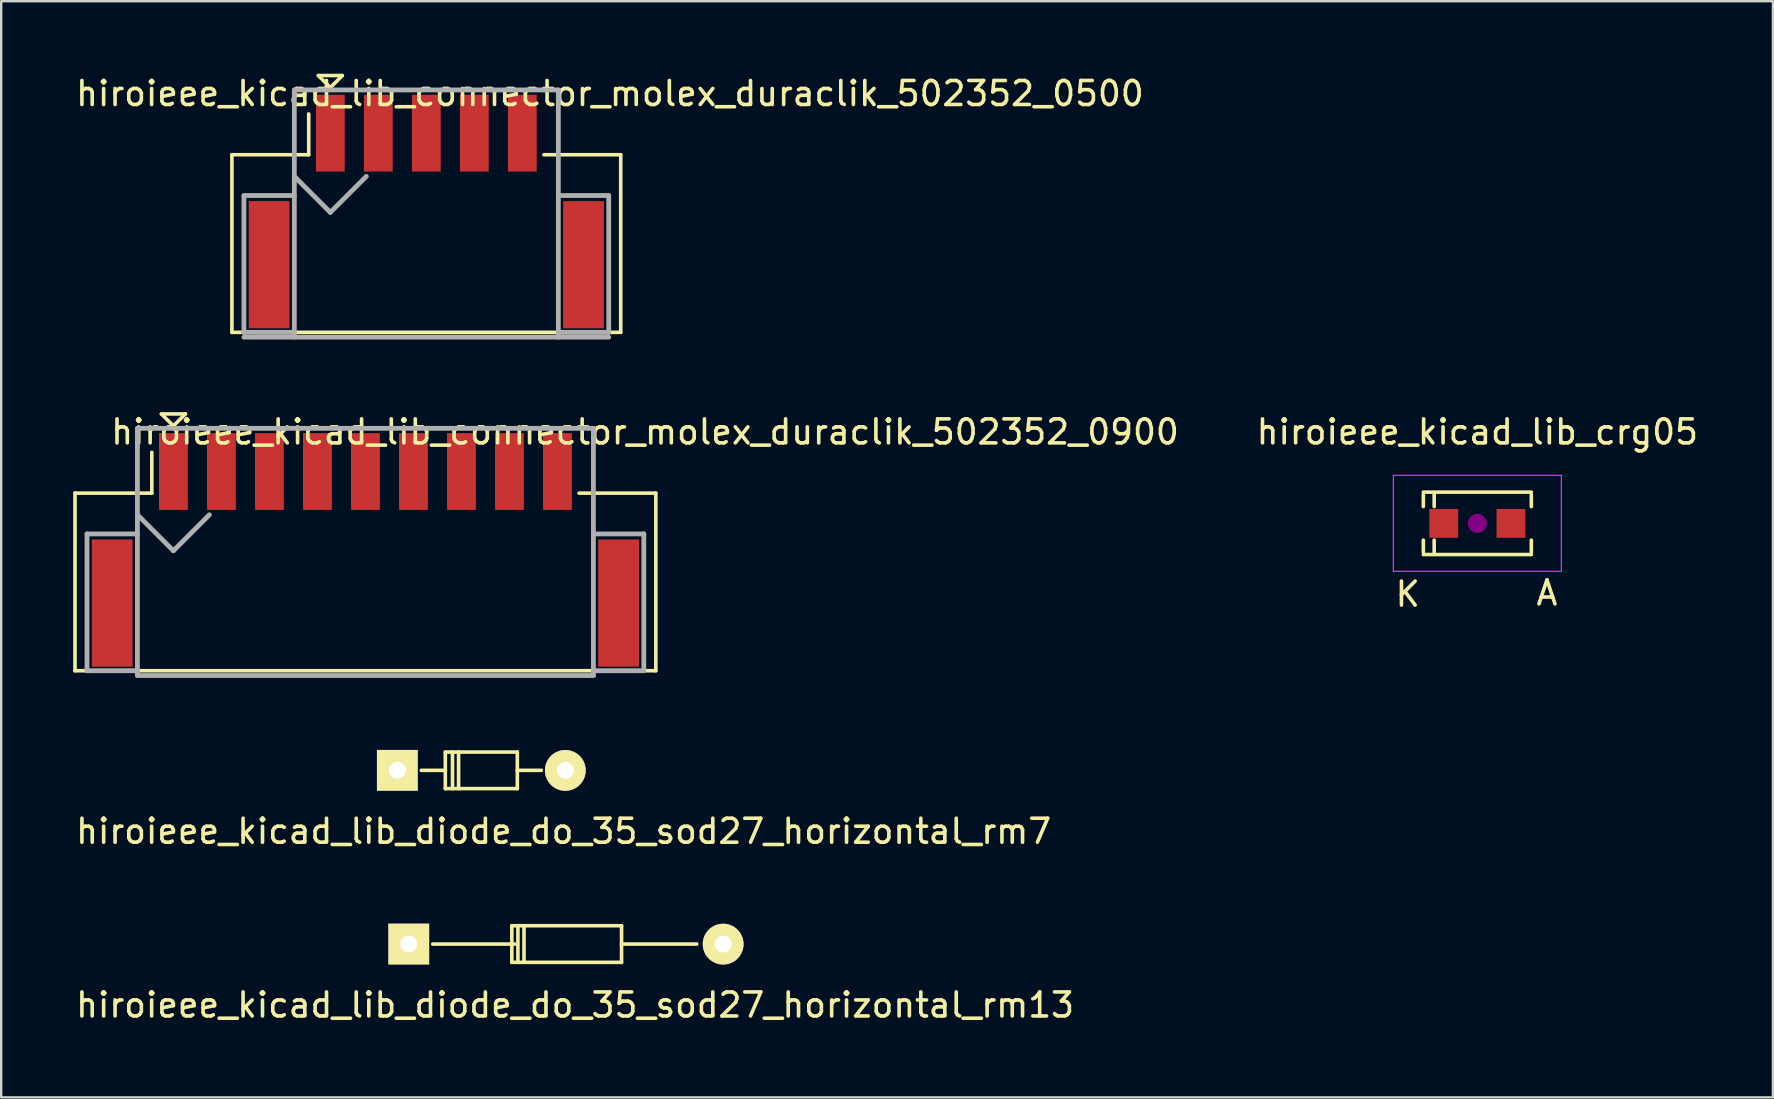
<source format=kicad_pcb>
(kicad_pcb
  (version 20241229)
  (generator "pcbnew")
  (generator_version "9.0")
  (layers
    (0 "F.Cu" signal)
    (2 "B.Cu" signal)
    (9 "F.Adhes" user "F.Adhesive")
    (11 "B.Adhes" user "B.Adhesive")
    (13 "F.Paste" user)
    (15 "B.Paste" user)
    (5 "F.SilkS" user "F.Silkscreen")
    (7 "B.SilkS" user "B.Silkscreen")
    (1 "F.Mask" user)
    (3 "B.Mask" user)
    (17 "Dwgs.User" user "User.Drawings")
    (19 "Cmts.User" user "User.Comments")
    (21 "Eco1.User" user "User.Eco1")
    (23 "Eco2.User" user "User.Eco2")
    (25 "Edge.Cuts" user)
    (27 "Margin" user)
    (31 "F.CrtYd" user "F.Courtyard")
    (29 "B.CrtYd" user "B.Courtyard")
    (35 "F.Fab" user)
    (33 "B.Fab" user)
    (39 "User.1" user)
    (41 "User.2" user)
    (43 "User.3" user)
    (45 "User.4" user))
  (footprint "hiroieee_kicad_lib_connector_molex_duraclik_502352_0500"
    (layer "F.Cu")
    (at 14.713 5.398)
    (property "Reference" "hiroieee_kicad_lib_connector_molex_duraclik_502352_0500" (at 7.65 -4.55 0) (layer "F.SilkS") (effects (font (size 1 1) (thickness 0.15))))
    (attr through_hole)
    (fp_line (start -8.1 -2) (end -8.1 5.4) (stroke (width 0.15) (type solid)) (layer "F.SilkS"))
    (fp_line (start -8.1 5.4) (end 8.1 5.4) (stroke (width 0.15) (type solid)) (layer "F.SilkS"))
    (fp_line (start -4.9 -3.7) (end -4.9 -2) (stroke (width 0.15) (type solid)) (layer "F.SilkS"))
    (fp_line (start -4.9 -2) (end -8.1 -2) (stroke (width 0.15) (type solid)) (layer "F.SilkS"))
    (fp_line (start -4.5 -5.3) (end -3.5 -5.3) (stroke (width 0.15) (type solid)) (layer "F.SilkS"))
    (fp_line (start -4 -4.8) (end -4.5 -5.3) (stroke (width 0.15) (type solid)) (layer "F.SilkS"))
    (fp_line (start -3.5 -5.3) (end -4 -4.8) (stroke (width 0.15) (type solid)) (layer "F.SilkS"))
    (fp_line (start 8.1 -2) (end 4.9 -2) (stroke (width 0.15) (type solid)) (layer "F.SilkS"))
    (fp_line (start 8.1 5.4) (end 8.1 -2) (stroke (width 0.15) (type solid)) (layer "F.SilkS"))
    (fp_line (start -7.6 -0.3) (end -7.6 5.4) (stroke (width 0.2) (type solid)) (layer "F.Fab"))
    (fp_line (start -7.6 5.4) (end -5.5 5.4) (stroke (width 0.2) (type solid)) (layer "F.Fab"))
    (fp_line (start -7.6 5.6) (end 7.6 5.6) (stroke (width 0.2) (type solid)) (layer "F.Fab"))
    (fp_line (start -5.5 -4.7) (end -5.5 5.6) (stroke (width 0.2) (type solid)) (layer "F.Fab"))
    (fp_line (start -5.5 -1.1) (end -4 0.4) (stroke (width 0.2) (type solid)) (layer "F.Fab"))
    (fp_line (start -5.5 -0.3) (end -7.6 -0.3) (stroke (width 0.2) (type solid)) (layer "F.Fab"))
    (fp_line (start -4 0.4) (end -2.5 -1.1) (stroke (width 0.2) (type solid)) (layer "F.Fab"))
    (fp_line (start 5.5 -4.7) (end -5.5 -4.7) (stroke (width 0.2) (type solid)) (layer "F.Fab"))
    (fp_line (start 5.5 -0.3) (end 7.6 -0.3) (stroke (width 0.2) (type solid)) (layer "F.Fab"))
    (fp_line (start 5.5 5.6) (end 5.5 -4.7) (stroke (width 0.2) (type solid)) (layer "F.Fab"))
    (fp_line (start 7.6 -0.3) (end 7.6 5.4) (stroke (width 0.2) (type solid)) (layer "F.Fab"))
    (fp_line (start 7.6 5.4) (end 5.5 5.4) (stroke (width 0.2) (type solid)) (layer "F.Fab"))
    (pad "" smd rect (at -6.55 2.58) (size 1.7 5.3) (layers "F.Cu" "F.Mask" "F.Paste"))
    (pad "" smd rect (at 6.55 2.58) (size 1.7 5.3) (layers "F.Cu" "F.Mask" "F.Paste"))
    (pad "1" smd rect (at -4 -2.9) (size 1.2 3.2) (layers "F.Cu" "F.Mask" "F.Paste"))
    (pad "2" smd rect (at -2 -2.9) (size 1.2 3.2) (layers "F.Cu" "F.Mask" "F.Paste"))
    (pad "3" smd rect (at 0 -2.9) (size 1.2 3.2) (layers "F.Cu" "F.Mask" "F.Paste"))
    (pad "4" smd rect (at 2 -2.9) (size 1.2 3.2) (layers "F.Cu" "F.Mask" "F.Paste"))
    (pad "5" smd rect (at 4 -2.9) (size 1.2 3.2) (layers "F.Cu" "F.Mask" "F.Paste")))
  (footprint "hiroieee_kicad_lib_crg05"
    (layer "F.Cu")
    (at 58.504 18.756)
    (property "Reference" "hiroieee_kicad_lib_crg05" (at 0 -3.81 0) (layer "F.SilkS") (effects (font (size 1 1) (thickness 0.15))))
    (attr smd)
    (fp_line (start -2.25 -1.3) (end 2.25 -1.3) (stroke (width 0.15) (type solid)) (layer "F.SilkS"))
    (fp_line (start -2.25 -0.7) (end -2.25 -1.2) (stroke (width 0.15) (type solid)) (layer "F.SilkS"))
    (fp_line (start -2.25 1.2) (end -2.25 0.7) (stroke (width 0.15) (type solid)) (layer "F.SilkS"))
    (fp_line (start -2.25 1.3) (end 2.25 1.3) (stroke (width 0.15) (type solid)) (layer "F.SilkS"))
    (fp_line (start -1.799 -1.2) (end -1.799 -0.7) (stroke (width 0.15) (type solid)) (layer "F.SilkS"))
    (fp_line (start -1.799 1.2) (end -1.799 0.7) (stroke (width 0.15) (type solid)) (layer "F.SilkS"))
    (fp_line (start 2.25 -1.2) (end 2.25 -0.7) (stroke (width 0.15) (type solid)) (layer "F.SilkS"))
    (fp_line (start 2.25 1.2) (end 2.25 0.7) (stroke (width 0.15) (type solid)) (layer "F.SilkS"))
    (fp_circle (center 0 0) (end 0.201 -0.051) (stroke (width 0.381) (type solid)) (fill no) (layer "F.Adhes"))
    (fp_line (start -3.5 -2) (end 3.5 -2) (stroke (width 0.05) (type solid)) (layer "F.CrtYd"))
    (fp_line (start -3.5 2) (end -3.5 -2) (stroke (width 0.05) (type solid)) (layer "F.CrtYd"))
    (fp_line (start 3.5 -2) (end 3.5 2) (stroke (width 0.05) (type solid)) (layer "F.CrtYd"))
    (fp_line (start 3.5 2) (end -3.5 2) (stroke (width 0.05) (type solid)) (layer "F.CrtYd"))
    (fp_text user "K" (at -2.9 2.95 0) (layer "F.SilkS") (effects (font (size 1 1) (thickness 0.15))))
    (fp_text user "A" (at 2.9 2.9 0) (layer "F.SilkS") (effects (font (size 1 1) (thickness 0.15))))
    (pad "1" smd rect (at -1.4 0) (size 1.2 1.2) (layers "F.Cu" "F.Mask" "F.Paste"))
    (pad "2" smd rect (at 1.4 0) (size 1.2 1.2) (layers "F.Cu" "F.Mask" "F.Paste")))
  (footprint "hiroieee_kicad_lib_connector_molex_duraclik_502352_0900"
    (layer "F.Cu")
    (at 12.175 19.497)
    (property "Reference" "hiroieee_kicad_lib_connector_molex_duraclik_502352_0900" (at 11.65 -4.55 0) (layer "F.SilkS") (effects (font (size 1 1) (thickness 0.15))))
    (attr through_hole)
    (fp_line (start -12.1 -2) (end -12.1 5.4) (stroke (width 0.15) (type solid)) (layer "F.SilkS"))
    (fp_line (start -12.1 5.4) (end 12.1 5.4) (stroke (width 0.15) (type solid)) (layer "F.SilkS"))
    (fp_line (start -8.9 -3.7) (end -8.9 -2) (stroke (width 0.15) (type solid)) (layer "F.SilkS"))
    (fp_line (start -8.9 -2) (end -12.1 -2) (stroke (width 0.15) (type solid)) (layer "F.SilkS"))
    (fp_line (start -8.5 -5.3) (end -7.5 -5.3) (stroke (width 0.15) (type solid)) (layer "F.SilkS"))
    (fp_line (start -8 -4.8) (end -8.5 -5.3) (stroke (width 0.15) (type solid)) (layer "F.SilkS"))
    (fp_line (start -7.5 -5.3) (end -8 -4.8) (stroke (width 0.15) (type solid)) (layer "F.SilkS"))
    (fp_line (start 12.1 -2) (end 8.9 -2) (stroke (width 0.15) (type solid)) (layer "F.SilkS"))
    (fp_line (start 12.1 5.4) (end 12.1 -2) (stroke (width 0.15) (type solid)) (layer "F.SilkS"))
    (fp_line (start -11.6 -0.3) (end -11.6 5.4) (stroke (width 0.2) (type solid)) (layer "F.Fab"))
    (fp_line (start -11.6 5.4) (end -9.5 5.4) (stroke (width 0.2) (type solid)) (layer "F.Fab"))
    (fp_line (start -9.5 -4.7) (end -9.5 5.6) (stroke (width 0.2) (type solid)) (layer "F.Fab"))
    (fp_line (start -9.5 -1.1) (end -8 0.4) (stroke (width 0.2) (type solid)) (layer "F.Fab"))
    (fp_line (start -9.5 -0.3) (end -11.6 -0.3) (stroke (width 0.2) (type solid)) (layer "F.Fab"))
    (fp_line (start -9.5 5.6) (end 9.5 5.6) (stroke (width 0.2) (type solid)) (layer "F.Fab"))
    (fp_line (start -8 0.4) (end -6.5 -1.1) (stroke (width 0.2) (type solid)) (layer "F.Fab"))
    (fp_line (start 9.5 -4.7) (end -9.5 -4.7) (stroke (width 0.2) (type solid)) (layer "F.Fab"))
    (fp_line (start 9.5 -0.3) (end 11.6 -0.3) (stroke (width 0.2) (type solid)) (layer "F.Fab"))
    (fp_line (start 9.5 5.6) (end 9.5 -4.7) (stroke (width 0.2) (type solid)) (layer "F.Fab"))
    (fp_line (start 11.6 -0.3) (end 11.6 5.4) (stroke (width 0.2) (type solid)) (layer "F.Fab"))
    (fp_line (start 11.6 5.4) (end 9.5 5.4) (stroke (width 0.2) (type solid)) (layer "F.Fab"))
    (pad "" smd rect (at -10.55 2.58) (size 1.7 5.3) (layers "F.Cu" "F.Mask" "F.Paste"))
    (pad "" smd rect (at 10.55 2.58) (size 1.7 5.3) (layers "F.Cu" "F.Mask" "F.Paste"))
    (pad "1" smd rect (at -8 -2.9) (size 1.2 3.2) (layers "F.Cu" "F.Mask" "F.Paste"))
    (pad "2" smd rect (at -6 -2.9) (size 1.2 3.2) (layers "F.Cu" "F.Mask" "F.Paste"))
    (pad "3" smd rect (at -4 -2.9) (size 1.2 3.2) (layers "F.Cu" "F.Mask" "F.Paste"))
    (pad "4" smd rect (at -2 -2.9) (size 1.2 3.2) (layers "F.Cu" "F.Mask" "F.Paste"))
    (pad "5" smd rect (at 0 -2.9) (size 1.2 3.2) (layers "F.Cu" "F.Mask" "F.Paste"))
    (pad "6" smd rect (at 2 -2.9) (size 1.2 3.2) (layers "F.Cu" "F.Mask" "F.Paste"))
    (pad "7" smd rect (at 4 -2.9) (size 1.2 3.2) (layers "F.Cu" "F.Mask" "F.Paste"))
    (pad "8" smd rect (at 6 -2.9) (size 1.2 3.2) (layers "F.Cu" "F.Mask" "F.Paste"))
    (pad "9" smd rect (at 8 -2.9) (size 1.2 3.2) (layers "F.Cu" "F.Mask" "F.Paste")))
  (footprint "hiroieee_kicad_lib_diode_do_35_sod27_horizontal_rm13"
    (layer "F.Cu")
    (at 13.98 36.287)
    (property "Reference" "hiroieee_kicad_lib_diode_do_35_sod27_horizontal_rm13" (at 6.931 2.537 0) (layer "F.SilkS") (effects (font (size 1 1) (thickness 0.15))))
    (attr through_hole)
    (fp_line (start 4.295 -0.765) (end 4.295 -0.003) (stroke (width 0.15) (type solid)) (layer "F.SilkS"))
    (fp_line (start 4.295 -0.003) (end 4.295 0.759) (stroke (width 0.15) (type solid)) (layer "F.SilkS"))
    (fp_line (start 4.295 0.759) (end 8.867 0.759) (stroke (width 0.15) (type solid)) (layer "F.SilkS"))
    (fp_line (start 4.422 -0.003) (end 1 -0.003) (stroke (width 0.15) (type solid)) (layer "F.SilkS"))
    (fp_line (start 4.549 -0.765) (end 4.549 0.759) (stroke (width 0.15) (type solid)) (layer "F.SilkS"))
    (fp_line (start 4.803 -0.765) (end 4.803 0.759) (stroke (width 0.15) (type solid)) (layer "F.SilkS"))
    (fp_line (start 8.867 -0.765) (end 4.295 -0.765) (stroke (width 0.15) (type solid)) (layer "F.SilkS"))
    (fp_line (start 8.867 -0.003) (end 12 -0.003) (stroke (width 0.15) (type solid)) (layer "F.SilkS"))
    (fp_line (start 8.867 0.759) (end 8.867 -0.765) (stroke (width 0.15) (type solid)) (layer "F.SilkS"))
    (pad "1" thru_hole rect (at 0.001 -0.003 180) (size 1.699 1.699) (drill 0.701) (layers "*.Cu" "*.Mask" "F.SilkS"))
    (pad "2" thru_hole circle (at 13.1 0 180) (size 1.699 1.699) (drill 0.701) (layers "*.Cu" "*.Mask" "F.SilkS")))
  (footprint "hiroieee_kicad_lib_diode_do_35_sod27_horizontal_rm7"
    (layer "F.Cu")
    (at 13.504 29.049)
    (property "Reference" "hiroieee_kicad_lib_diode_do_35_sod27_horizontal_rm7" (at 6.931 2.537 0) (layer "F.SilkS") (effects (font (size 1 1) (thickness 0.15))))
    (attr through_hole)
    (fp_line (start 2 -0.765) (end 2 -0.003) (stroke (width 0.15) (type solid)) (layer "F.SilkS"))
    (fp_line (start 2 -0.003) (end 1 -0.003) (stroke (width 0.15) (type solid)) (layer "F.SilkS"))
    (fp_line (start 2 -0.003) (end 2 0.759) (stroke (width 0.15) (type solid)) (layer "F.SilkS"))
    (fp_line (start 2 0.759) (end 5 0.759) (stroke (width 0.15) (type solid)) (layer "F.SilkS"))
    (fp_line (start 2.299 -0.765) (end 2.299 0.759) (stroke (width 0.15) (type solid)) (layer "F.SilkS"))
    (fp_line (start 2.553 -0.765) (end 2.553 0.759) (stroke (width 0.15) (type solid)) (layer "F.SilkS"))
    (fp_line (start 5 -0.765) (end 2 -0.765) (stroke (width 0.15) (type solid)) (layer "F.SilkS"))
    (fp_line (start 5 0.759) (end 5 -0.765) (stroke (width 0.15) (type solid)) (layer "F.SilkS"))
    (fp_line (start 6 -0.003) (end 5 -0.003) (stroke (width 0.15) (type solid)) (layer "F.SilkS"))
    (pad "1" thru_hole rect (at 0.001 -0.003 180) (size 1.699 1.699) (drill 0.701) (layers "*.Cu" "*.Mask" "F.SilkS"))
    (pad "2" thru_hole circle (at 7 0 180) (size 1.699 1.699) (drill 0.701) (layers "*.Cu" "*.Mask" "F.SilkS")))
  (gr_rect
    (start -3 -3)
    (end 70.819 42.672)
    (stroke (width 0.1) (type default))
    (fill no)
    (layer "Edge.Cuts")))
</source>
